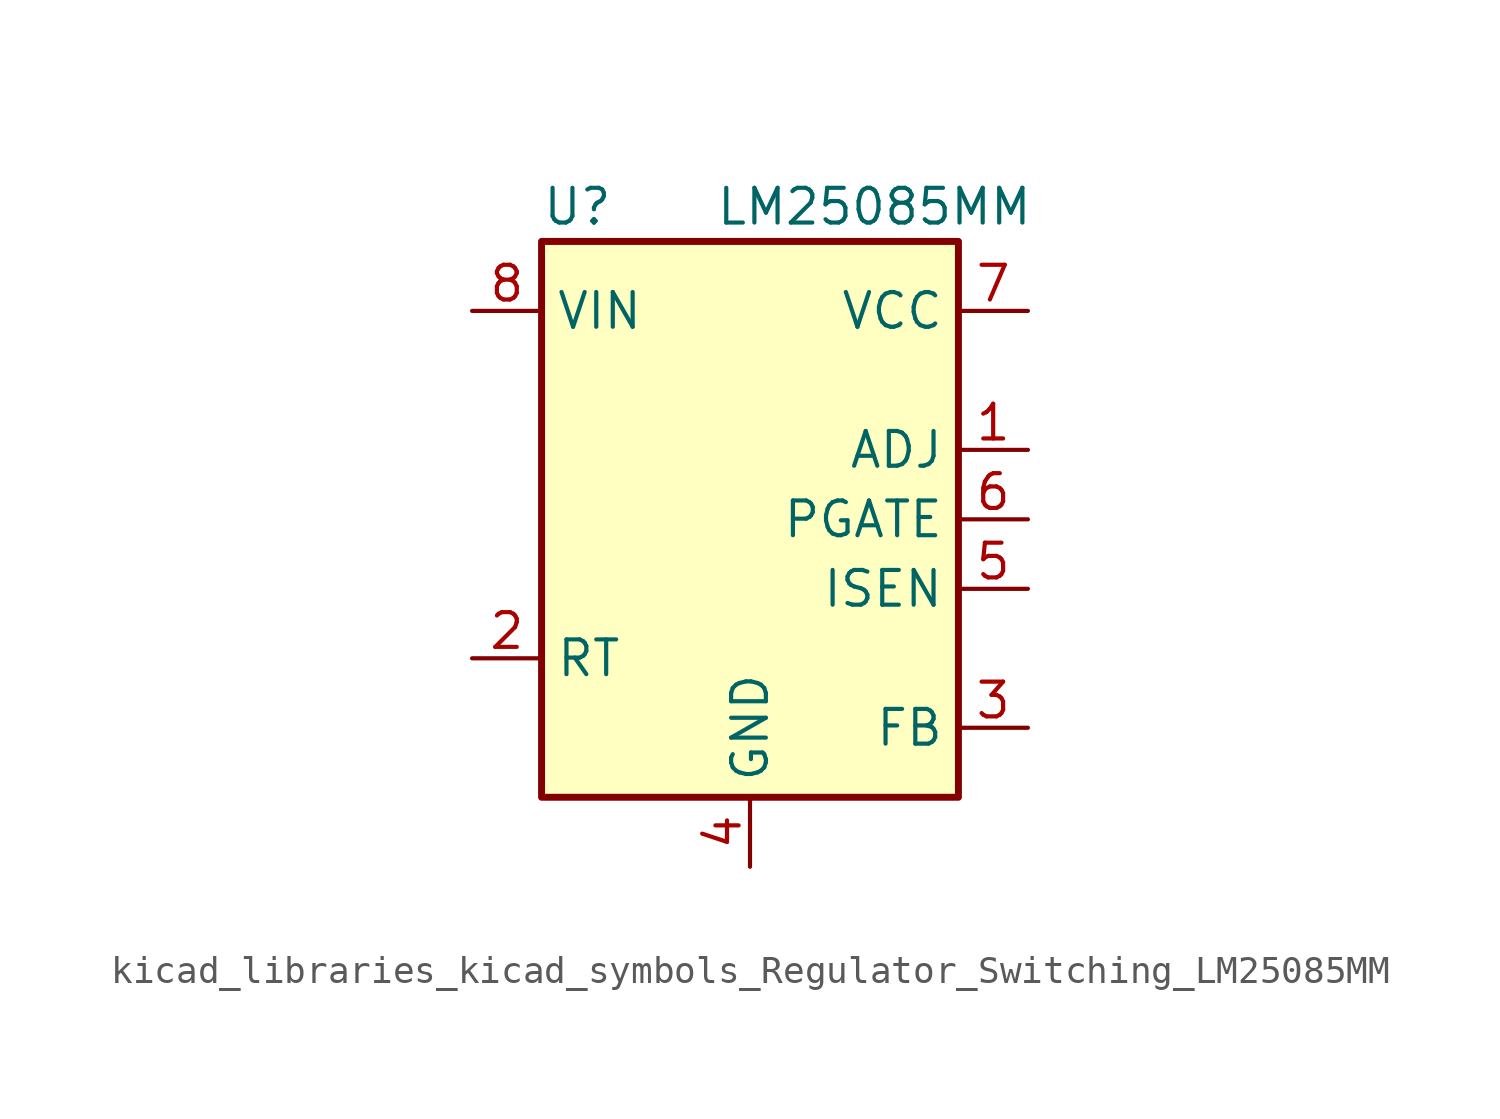
<source format=kicad_sym>
(kicad_symbol_lib
  (version 20220914)
  (generator kicad_symbol_editor)
  (symbol "kicad_libraries_kicad_symbols_Regulator_Switching_LM25085MM"
    (property "Reference" "U"
      (at -7.62 11.43 0)
      (effects (font (size 1.27 1.27)) (justify left)))
    (property "Value" "LM25085MM"
      (at -1.27 11.43 0)
      (effects (font (size 1.27 1.27)) (justify left)))
    (symbol "kicad_libraries_kicad_symbols_Regulator_Switching_LM25085MM_0_1"
      (rectangle (start -7.62 10.16) (end 7.62 -10.16) (stroke (width 0.254) (type default)) (fill (type background))))
    (symbol "kicad_libraries_kicad_symbols_Regulator_Switching_LM25085MM_1_1"
      (pin input line (at 10.16 2.54 180) (length 2.54) (name "ADJ" (effects (font (size 1.27 1.27)))) (number "1" (effects (font (size 1.27 1.27)))))
      (pin input line (at -10.16 -5.08 0) (length 2.54) (name "RT" (effects (font (size 1.27 1.27)))) (number "2" (effects (font (size 1.27 1.27)))))
      (pin input line (at 10.16 -7.62 180) (length 2.54) (name "FB" (effects (font (size 1.27 1.27)))) (number "3" (effects (font (size 1.27 1.27)))))
      (pin power_in line (at 0 -12.7 90) (length 2.54) (name "GND" (effects (font (size 1.27 1.27)))) (number "4" (effects (font (size 1.27 1.27)))))
      (pin input line (at 10.16 -2.54 180) (length 2.54) (name "ISEN" (effects (font (size 1.27 1.27)))) (number "5" (effects (font (size 1.27 1.27)))))
      (pin output line (at 10.16 0 180) (length 2.54) (name "PGATE" (effects (font (size 1.27 1.27)))) (number "6" (effects (font (size 1.27 1.27)))))
      (pin power_out line (at 10.16 7.62 180) (length 2.54) (name "VCC" (effects (font (size 1.27 1.27)))) (number "7" (effects (font (size 1.27 1.27)))))
      (pin power_in line (at -10.16 7.62 0) (length 2.54) (name "VIN" (effects (font (size 1.27 1.27)))) (number "8" (effects (font (size 1.27 1.27))))))))
</source>
